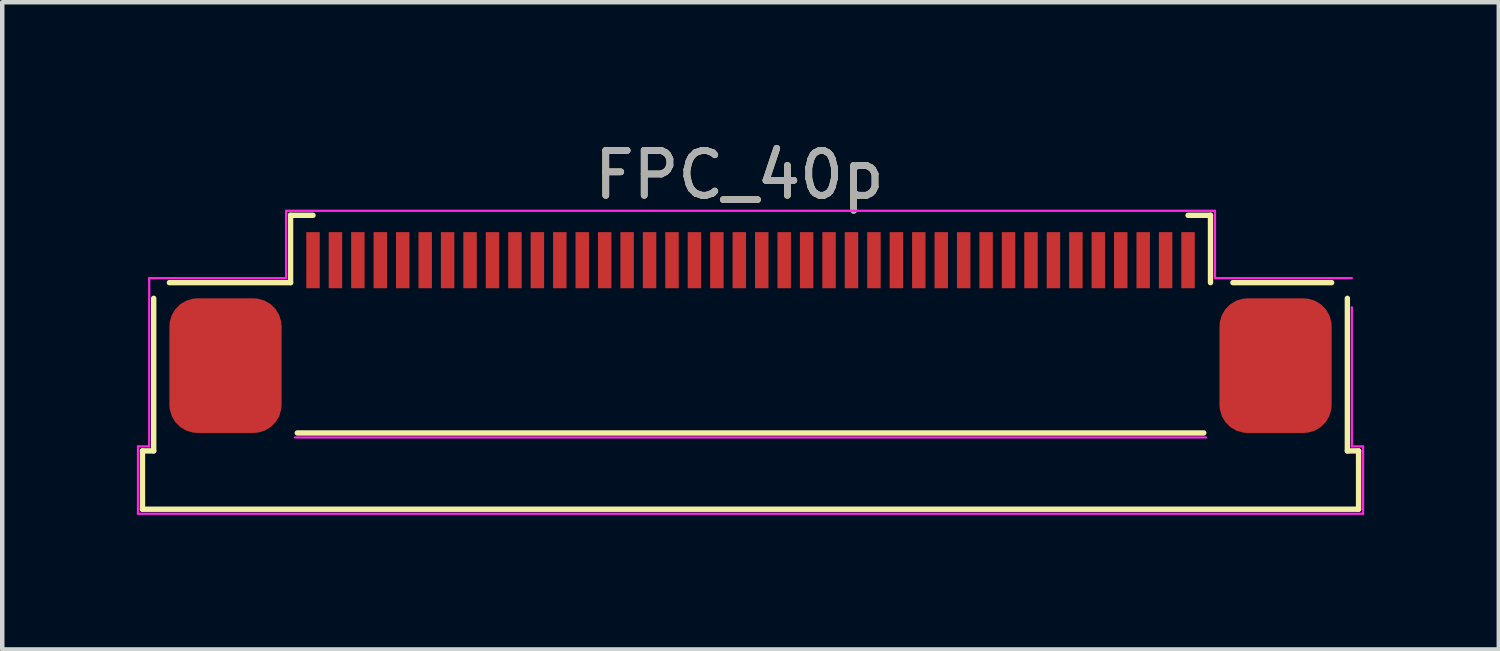
<source format=kicad_pcb>
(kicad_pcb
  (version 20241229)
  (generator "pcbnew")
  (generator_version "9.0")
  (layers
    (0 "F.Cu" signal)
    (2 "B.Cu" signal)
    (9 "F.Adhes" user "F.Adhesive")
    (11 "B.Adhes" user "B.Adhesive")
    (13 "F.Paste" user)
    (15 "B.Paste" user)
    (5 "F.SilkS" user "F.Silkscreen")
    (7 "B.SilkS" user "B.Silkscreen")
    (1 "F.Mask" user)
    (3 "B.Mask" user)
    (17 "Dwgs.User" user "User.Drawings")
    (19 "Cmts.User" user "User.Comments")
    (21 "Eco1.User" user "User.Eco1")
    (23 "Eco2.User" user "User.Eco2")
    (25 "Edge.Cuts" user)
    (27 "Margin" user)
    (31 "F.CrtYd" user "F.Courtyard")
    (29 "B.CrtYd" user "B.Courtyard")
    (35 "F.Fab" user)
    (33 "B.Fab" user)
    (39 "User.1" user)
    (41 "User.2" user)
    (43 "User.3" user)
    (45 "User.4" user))
  (footprint "FPC_40p"
    (layer "F.Cu")
    (at 13.675 5.098)
    (property "Reference" "FPC_40p" (at -0.25 -4.25 0) (unlocked yes) (layer "F.SilkS") (effects (font (size 1 1) (thickness 0.15))))
    (attr smd)
    (fp_line (start -13.55 1.9) (end -13.55 3.2) (stroke (width 0.12) (type solid)) (layer "F.SilkS"))
    (fp_line (start -13.55 1.9) (end -13.3 1.9) (stroke (width 0.12) (type solid)) (layer "F.SilkS"))
    (fp_line (start -13.55 3.2) (end 13.55 3.2) (stroke (width 0.12) (type solid)) (layer "F.SilkS"))
    (fp_line (start -13.3 -1.5) (end -13.3 1.9) (stroke (width 0.12) (type solid)) (layer "F.SilkS"))
    (fp_line (start -12.95 -1.85) (end -10.25 -1.85) (stroke (width 0.12) (type solid)) (layer "F.SilkS"))
    (fp_line (start -10.25 -3.35) (end -9.75 -3.35) (stroke (width 0.12) (type solid)) (layer "F.SilkS"))
    (fp_line (start -10.25 -1.85) (end -10.25 -3.35) (stroke (width 0.12) (type solid)) (layer "F.SilkS"))
    (fp_line (start -10.1 1.5) (end 10.1 1.5) (stroke (width 0.12) (type solid)) (layer "F.SilkS"))
    (fp_line (start 10.25 -3.35) (end 9.75 -3.35) (stroke (width 0.12) (type solid)) (layer "F.SilkS"))
    (fp_line (start 10.25 -1.85) (end 10.25 -3.35) (stroke (width 0.12) (type solid)) (layer "F.SilkS"))
    (fp_line (start 10.75 -1.85) (end 12.95 -1.85) (stroke (width 0.12) (type solid)) (layer "F.SilkS"))
    (fp_line (start 13.3 -1.5) (end 13.3 1.9) (stroke (width 0.12) (type solid)) (layer "F.SilkS"))
    (fp_line (start 13.3 1.9) (end 13.55 1.9) (stroke (width 0.12) (type solid)) (layer "F.SilkS"))
    (fp_line (start 13.55 1.9) (end 13.55 3.2) (stroke (width 0.12) (type solid)) (layer "F.SilkS"))
    (fp_line (start -13.65 1.8) (end -13.4 1.8) (stroke (width 0.05) (type solid)) (layer "F.CrtYd"))
    (fp_line (start -13.65 3.3) (end -13.65 1.8) (stroke (width 0.05) (type solid)) (layer "F.CrtYd"))
    (fp_line (start -13.4 -1.95) (end -10.35 -1.95) (stroke (width 0.05) (type solid)) (layer "F.CrtYd"))
    (fp_line (start -13.4 1.8) (end -13.4 -1.95) (stroke (width 0.05) (type solid)) (layer "F.CrtYd"))
    (fp_line (start -10.35 -3.45) (end 10.35 -3.45) (stroke (width 0.05) (type solid)) (layer "F.CrtYd"))
    (fp_line (start -10.35 -1.95) (end -10.35 -3.45) (stroke (width 0.05) (type solid)) (layer "F.CrtYd"))
    (fp_line (start -10.15 1.6) (end 10.15 1.6) (stroke (width 0.05) (type solid)) (layer "F.CrtYd"))
    (fp_line (start 10.35 -3.45) (end 10.35 -1.95) (stroke (width 0.05) (type solid)) (layer "F.CrtYd"))
    (fp_line (start 10.35 -1.95) (end 13.4 -1.95) (stroke (width 0.05) (type solid)) (layer "F.CrtYd"))
    (fp_line (start 13.4 -1.3) (end 13.4 1.8) (stroke (width 0.05) (type solid)) (layer "F.CrtYd"))
    (fp_line (start 13.4 1.8) (end 13.65 1.8) (stroke (width 0.05) (type solid)) (layer "F.CrtYd"))
    (fp_line (start 13.65 1.8) (end 13.65 3.3) (stroke (width 0.05) (type solid)) (layer "F.CrtYd"))
    (fp_line (start 13.65 3.3) (end -13.65 3.3) (stroke (width 0.05) (type solid)) (layer "F.CrtYd"))
    (fp_text user "${REFERENCE}" (at -0.25 -4.25 0) (unlocked yes) (layer "F.Fab") (effects (font (size 1 1) (thickness 0.15))))
    (pad "1" smd rect (at 9.75 -2.35 180) (size 0.3 1.25) (layers "F.Cu" "F.Mask" "F.Paste"))
    (pad "2" smd rect (at 9.25 -2.35 180) (size 0.3 1.25) (layers "F.Cu" "F.Mask" "F.Paste"))
    (pad "3" smd rect (at 8.75 -2.35 180) (size 0.3 1.25) (layers "F.Cu" "F.Mask" "F.Paste"))
    (pad "4" smd rect (at 8.25 -2.35 180) (size 0.3 1.25) (layers "F.Cu" "F.Mask" "F.Paste"))
    (pad "5" smd rect (at 7.75 -2.35 180) (size 0.3 1.25) (layers "F.Cu" "F.Mask" "F.Paste"))
    (pad "6" smd rect (at 7.25 -2.35 180) (size 0.3 1.25) (layers "F.Cu" "F.Mask" "F.Paste"))
    (pad "7" smd rect (at 6.75 -2.35 180) (size 0.3 1.25) (layers "F.Cu" "F.Mask" "F.Paste"))
    (pad "8" smd rect (at 6.25 -2.35 180) (size 0.3 1.25) (layers "F.Cu" "F.Mask" "F.Paste"))
    (pad "9" smd rect (at 5.75 -2.35 180) (size 0.3 1.25) (layers "F.Cu" "F.Mask" "F.Paste"))
    (pad "10" smd rect (at 5.25 -2.35 180) (size 0.3 1.25) (layers "F.Cu" "F.Mask" "F.Paste"))
    (pad "11" smd rect (at 4.75 -2.35 180) (size 0.3 1.25) (layers "F.Cu" "F.Mask" "F.Paste"))
    (pad "12" smd rect (at 4.25 -2.35 180) (size 0.3 1.25) (layers "F.Cu" "F.Mask" "F.Paste"))
    (pad "13" smd rect (at 3.75 -2.35 180) (size 0.3 1.25) (layers "F.Cu" "F.Mask" "F.Paste"))
    (pad "14" smd rect (at 3.25 -2.35 180) (size 0.3 1.25) (layers "F.Cu" "F.Mask" "F.Paste"))
    (pad "15" smd rect (at 2.75 -2.35 180) (size 0.3 1.25) (layers "F.Cu" "F.Mask" "F.Paste"))
    (pad "16" smd rect (at 2.25 -2.35 180) (size 0.3 1.25) (layers "F.Cu" "F.Mask" "F.Paste"))
    (pad "17" smd rect (at 1.75 -2.35 180) (size 0.3 1.25) (layers "F.Cu" "F.Mask" "F.Paste"))
    (pad "18" smd rect (at 1.25 -2.35 180) (size 0.3 1.25) (layers "F.Cu" "F.Mask" "F.Paste"))
    (pad "19" smd rect (at 0.75 -2.35 180) (size 0.3 1.25) (layers "F.Cu" "F.Mask" "F.Paste"))
    (pad "20" smd rect (at 0.25 -2.35 180) (size 0.3 1.25) (layers "F.Cu" "F.Mask" "F.Paste"))
    (pad "21" smd rect (at -0.25 -2.35 180) (size 0.3 1.25) (layers "F.Cu" "F.Mask" "F.Paste"))
    (pad "22" smd rect (at -0.75 -2.35 180) (size 0.3 1.25) (layers "F.Cu" "F.Mask" "F.Paste"))
    (pad "23" smd rect (at -1.25 -2.35 180) (size 0.3 1.25) (layers "F.Cu" "F.Mask" "F.Paste"))
    (pad "24" smd rect (at -1.75 -2.35 180) (size 0.3 1.25) (layers "F.Cu" "F.Mask" "F.Paste"))
    (pad "25" smd rect (at -2.25 -2.35 180) (size 0.3 1.25) (layers "F.Cu" "F.Mask" "F.Paste"))
    (pad "26" smd rect (at -2.75 -2.35 180) (size 0.3 1.25) (layers "F.Cu" "F.Mask" "F.Paste"))
    (pad "27" smd rect (at -3.25 -2.35 180) (size 0.3 1.25) (layers "F.Cu" "F.Mask" "F.Paste"))
    (pad "28" smd rect (at -3.75 -2.35 180) (size 0.3 1.25) (layers "F.Cu" "F.Mask" "F.Paste"))
    (pad "29" smd rect (at -4.25 -2.35 180) (size 0.3 1.25) (layers "F.Cu" "F.Mask" "F.Paste"))
    (pad "30" smd rect (at -4.75 -2.35 180) (size 0.3 1.25) (layers "F.Cu" "F.Mask" "F.Paste"))
    (pad "31" smd rect (at -5.25 -2.35 180) (size 0.3 1.25) (layers "F.Cu" "F.Mask" "F.Paste"))
    (pad "32" smd rect (at -5.75 -2.35 180) (size 0.3 1.25) (layers "F.Cu" "F.Mask" "F.Paste"))
    (pad "33" smd rect (at -6.25 -2.35 180) (size 0.3 1.25) (layers "F.Cu" "F.Mask" "F.Paste"))
    (pad "34" smd rect (at -6.75 -2.35 180) (size 0.3 1.25) (layers "F.Cu" "F.Mask" "F.Paste"))
    (pad "35" smd rect (at -7.25 -2.35 180) (size 0.3 1.25) (layers "F.Cu" "F.Mask" "F.Paste"))
    (pad "36" smd rect (at -7.75 -2.35 180) (size 0.3 1.25) (layers "F.Cu" "F.Mask" "F.Paste"))
    (pad "37" smd rect (at -8.25 -2.35 180) (size 0.3 1.25) (layers "F.Cu" "F.Mask" "F.Paste"))
    (pad "38" smd rect (at -8.75 -2.35 180) (size 0.3 1.25) (layers "F.Cu" "F.Mask" "F.Paste"))
    (pad "39" smd rect (at -9.25 -2.35 180) (size 0.3 1.25) (layers "F.Cu" "F.Mask" "F.Paste"))
    (pad "40" smd rect (at -9.75 -2.35 180) (size 0.3 1.25) (layers "F.Cu" "F.Mask" "F.Paste"))
    (pad "41" smd roundrect (at 11.7 0) (size 2.5 3) (layers "F.Cu" "F.Mask" "F.Paste") (roundrect_rratio 0.25))
    (pad "42" smd roundrect (at -11.7 0) (size 2.5 3) (layers "F.Cu" "F.Mask" "F.Paste") (roundrect_rratio 0.25)))
  (gr_rect
    (start -3 -3)
    (end 30.35 11.423)
    (stroke (width 0.1) (type default))
    (fill no)
    (layer "Edge.Cuts")))
</source>
